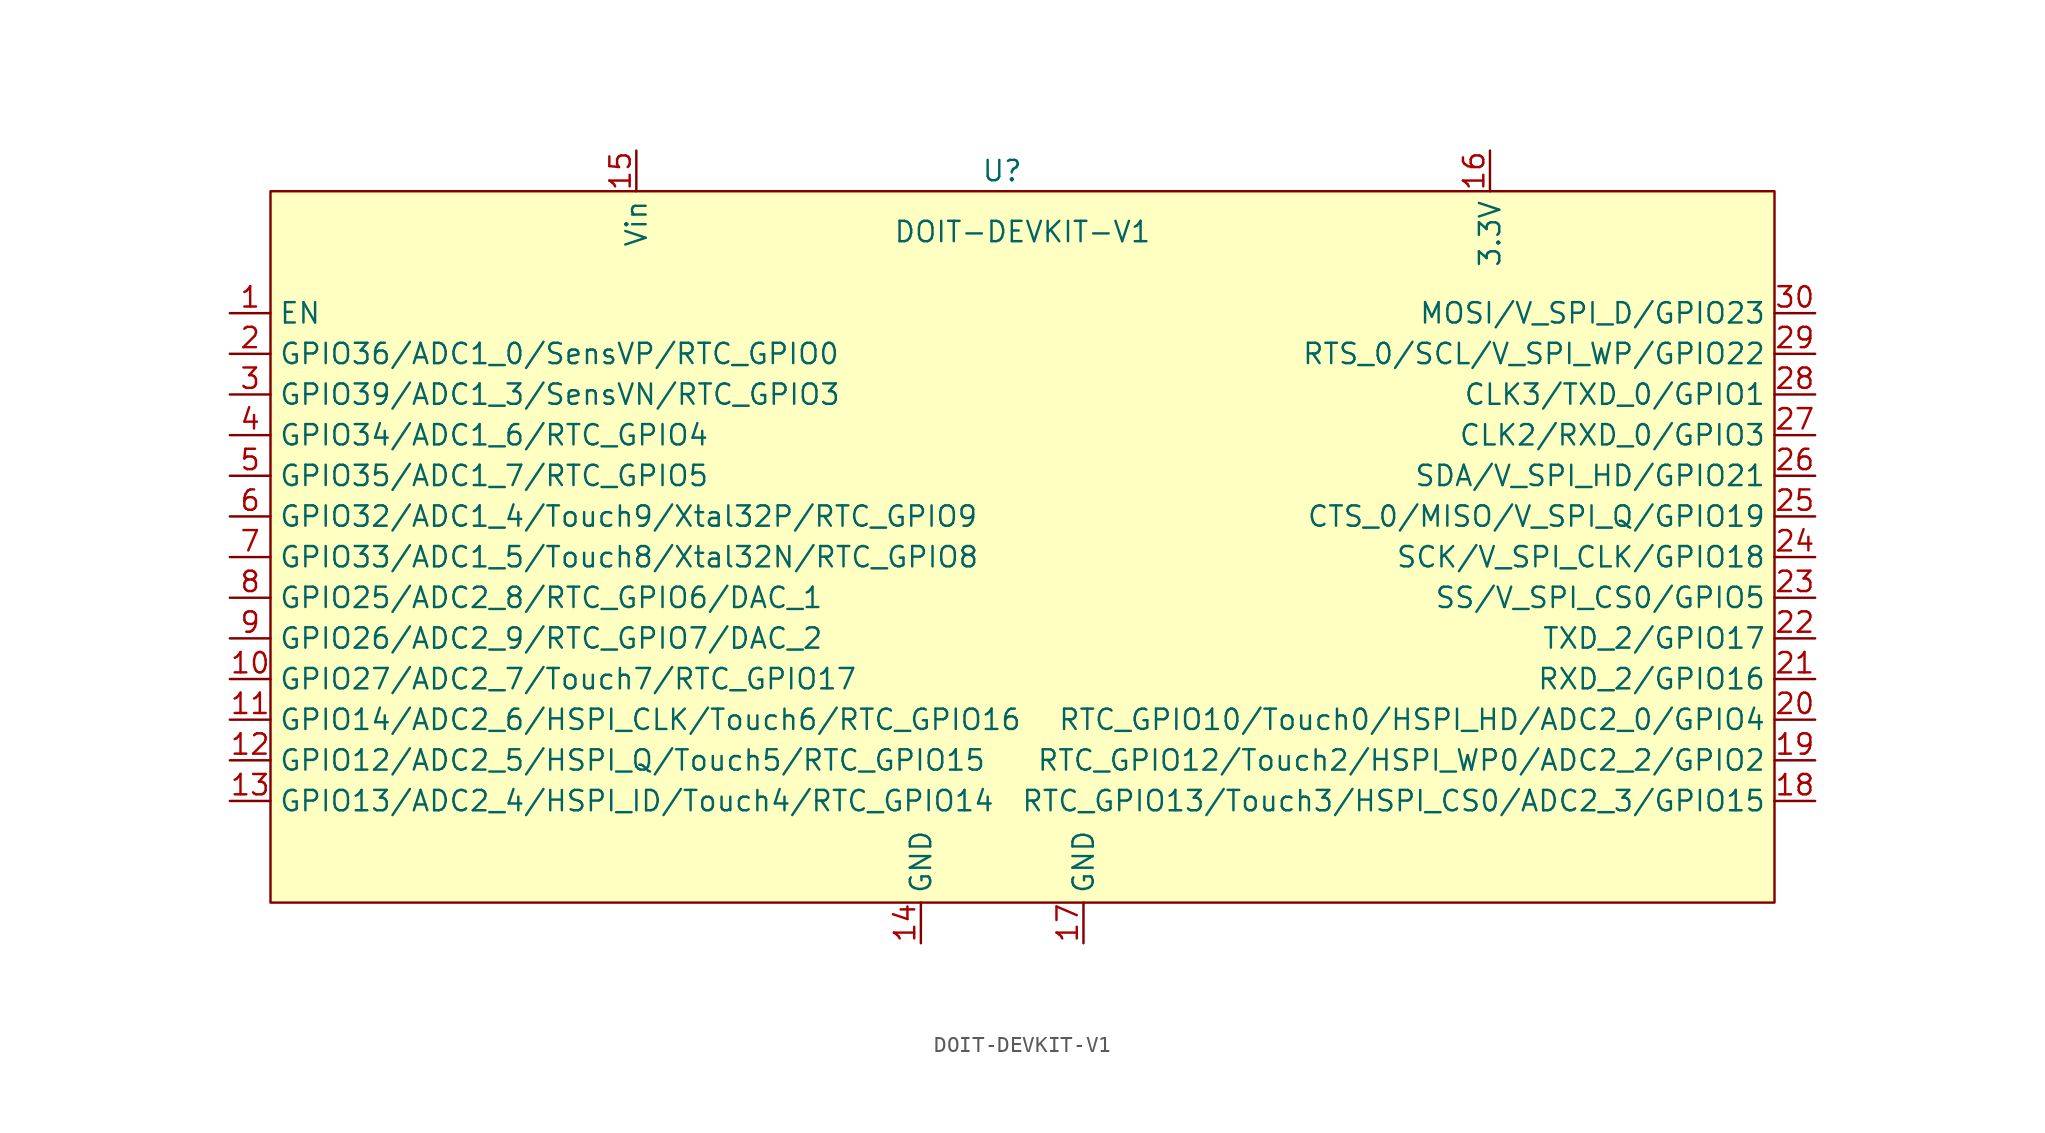
<source format=kicad_sym>
(kicad_symbol_lib
  (version 20211014)
  (generator kicad_symbol_editor)
  (symbol "DOIT-DEVKIT-V1"
    (property "Reference" "U"
      (at -1.27 26.67 0)
      (effects (font (size 1.27 1.27))))
    (property "Value" "DOIT-DEVKIT-V1"
      (at 0 22.86 0)
      (effects (font (size 1.27 1.27))))
    (symbol "DOIT-DEVKIT-V1_0_1"
      (rectangle (start -46.99 25.4) (end 46.99 -19.05) (stroke (width 0.152) (type default) (color 0 0 0 0)) (fill (type background))))
    (symbol "DOIT-DEVKIT-V1_1_1"
      (pin passive line (at -49.53 17.78 0) (length 2.54) (name "EN" (effects (font (size 1.27 1.27)))) (number "1" (effects (font (size 1.27 1.27)))))
      (pin passive line (at -49.53 -5.08 0) (length 2.54) (name "GPIO27/ADC2_7/Touch7/RTC_GPIO17" (effects (font (size 1.27 1.27)))) (number "10" (effects (font (size 1.27 1.27)))))
      (pin passive line (at -49.53 -7.62 0) (length 2.54) (name "GPIO14/ADC2_6/HSPI_CLK/Touch6/RTC_GPIO16" (effects (font (size 1.27 1.27)))) (number "11" (effects (font (size 1.27 1.27)))))
      (pin passive line (at -49.53 -10.16 0) (length 2.54) (name "GPIO12/ADC2_5/HSPI_Q/Touch5/RTC_GPIO15" (effects (font (size 1.27 1.27)))) (number "12" (effects (font (size 1.27 1.27)))))
      (pin passive line (at -49.53 -12.7 0) (length 2.54) (name "GPIO13/ADC2_4/HSPI_ID/Touch4/RTC_GPIO14" (effects (font (size 1.27 1.27)))) (number "13" (effects (font (size 1.27 1.27)))))
      (pin power_in line (at -6.35 -21.59 90) (length 2.54) (name "GND" (effects (font (size 1.27 1.27)))) (number "14" (effects (font (size 1.27 1.27)))))
      (pin power_in line (at -24.13 27.94 270) (length 2.54) (name "Vin" (effects (font (size 1.27 1.27)))) (number "15" (effects (font (size 1.27 1.27)))))
      (pin power_out line (at 29.21 27.94 270) (length 2.54) (name "3.3V" (effects (font (size 1.27 1.27)))) (number "16" (effects (font (size 1.27 1.27)))))
      (pin power_in line (at 3.81 -21.59 90) (length 2.54) (name "GND" (effects (font (size 1.27 1.27)))) (number "17" (effects (font (size 1.27 1.27)))))
      (pin passive line (at 49.53 -12.7 180) (length 2.54) (name "RTC_GPIO13/Touch3/HSPI_CS0/ADC2_3/GPIO15" (effects (font (size 1.27 1.27)))) (number "18" (effects (font (size 1.27 1.27)))))
      (pin passive line (at 49.53 -10.16 180) (length 2.54) (name "RTC_GPIO12/Touch2/HSPI_WP0/ADC2_2/GPIO2" (effects (font (size 1.27 1.27)))) (number "19" (effects (font (size 1.27 1.27)))))
      (pin passive line (at -49.53 15.24 0) (length 2.54) (name "GPIO36/ADC1_0/SensVP/RTC_GPIO0" (effects (font (size 1.27 1.27)))) (number "2" (effects (font (size 1.27 1.27)))))
      (pin passive line (at 49.53 -7.62 180) (length 2.54) (name "RTC_GPIO10/Touch0/HSPI_HD/ADC2_0/GPIO4" (effects (font (size 1.27 1.27)))) (number "20" (effects (font (size 1.27 1.27)))))
      (pin passive line (at 49.53 -5.08 180) (length 2.54) (name "RXD_2/GPIO16" (effects (font (size 1.27 1.27)))) (number "21" (effects (font (size 1.27 1.27)))))
      (pin passive line (at 49.53 -2.54 180) (length 2.54) (name "TXD_2/GPIO17" (effects (font (size 1.27 1.27)))) (number "22" (effects (font (size 1.27 1.27)))))
      (pin passive line (at 49.53 0 180) (length 2.54) (name "SS/V_SPI_CS0/GPIO5" (effects (font (size 1.27 1.27)))) (number "23" (effects (font (size 1.27 1.27)))))
      (pin passive line (at 49.53 2.54 180) (length 2.54) (name "SCK/V_SPI_CLK/GPIO18" (effects (font (size 1.27 1.27)))) (number "24" (effects (font (size 1.27 1.27)))))
      (pin passive line (at 49.53 5.08 180) (length 2.54) (name "CTS_0/MISO/V_SPI_Q/GPIO19" (effects (font (size 1.27 1.27)))) (number "25" (effects (font (size 1.27 1.27)))))
      (pin passive line (at 49.53 7.62 180) (length 2.54) (name "SDA/V_SPI_HD/GPIO21" (effects (font (size 1.27 1.27)))) (number "26" (effects (font (size 1.27 1.27)))))
      (pin passive line (at 49.53 10.16 180) (length 2.54) (name "CLK2/RXD_0/GPIO3" (effects (font (size 1.27 1.27)))) (number "27" (effects (font (size 1.27 1.27)))))
      (pin passive line (at 49.53 12.7 180) (length 2.54) (name "CLK3/TXD_0/GPIO1" (effects (font (size 1.27 1.27)))) (number "28" (effects (font (size 1.27 1.27)))))
      (pin passive line (at 49.53 15.24 180) (length 2.54) (name "RTS_0/SCL/V_SPI_WP/GPIO22" (effects (font (size 1.27 1.27)))) (number "29" (effects (font (size 1.27 1.27)))))
      (pin passive line (at -49.53 12.7 0) (length 2.54) (name "GPIO39/ADC1_3/SensVN/RTC_GPIO3" (effects (font (size 1.27 1.27)))) (number "3" (effects (font (size 1.27 1.27)))))
      (pin passive line (at 49.53 17.78 180) (length 2.54) (name "MOSI/V_SPI_D/GPIO23" (effects (font (size 1.27 1.27)))) (number "30" (effects (font (size 1.27 1.27)))))
      (pin passive line (at -49.53 10.16 0) (length 2.54) (name "GPIO34/ADC1_6/RTC_GPIO4" (effects (font (size 1.27 1.27)))) (number "4" (effects (font (size 1.27 1.27)))))
      (pin passive line (at -49.53 7.62 0) (length 2.54) (name "GPIO35/ADC1_7/RTC_GPIO5" (effects (font (size 1.27 1.27)))) (number "5" (effects (font (size 1.27 1.27)))))
      (pin passive line (at -49.53 5.08 0) (length 2.54) (name "GPIO32/ADC1_4/Touch9/Xtal32P/RTC_GPIO9" (effects (font (size 1.27 1.27)))) (number "6" (effects (font (size 1.27 1.27)))))
      (pin passive line (at -49.53 2.54 0) (length 2.54) (name "GPIO33/ADC1_5/Touch8/Xtal32N/RTC_GPIO8" (effects (font (size 1.27 1.27)))) (number "7" (effects (font (size 1.27 1.27)))))
      (pin passive line (at -49.53 0 0) (length 2.54) (name "GPIO25/ADC2_8/RTC_GPIO6/DAC_1" (effects (font (size 1.27 1.27)))) (number "8" (effects (font (size 1.27 1.27)))))
      (pin passive line (at -49.53 -2.54 0) (length 2.54) (name "GPIO26/ADC2_9/RTC_GPIO7/DAC_2" (effects (font (size 1.27 1.27)))) (number "9" (effects (font (size 1.27 1.27))))))))
</source>
